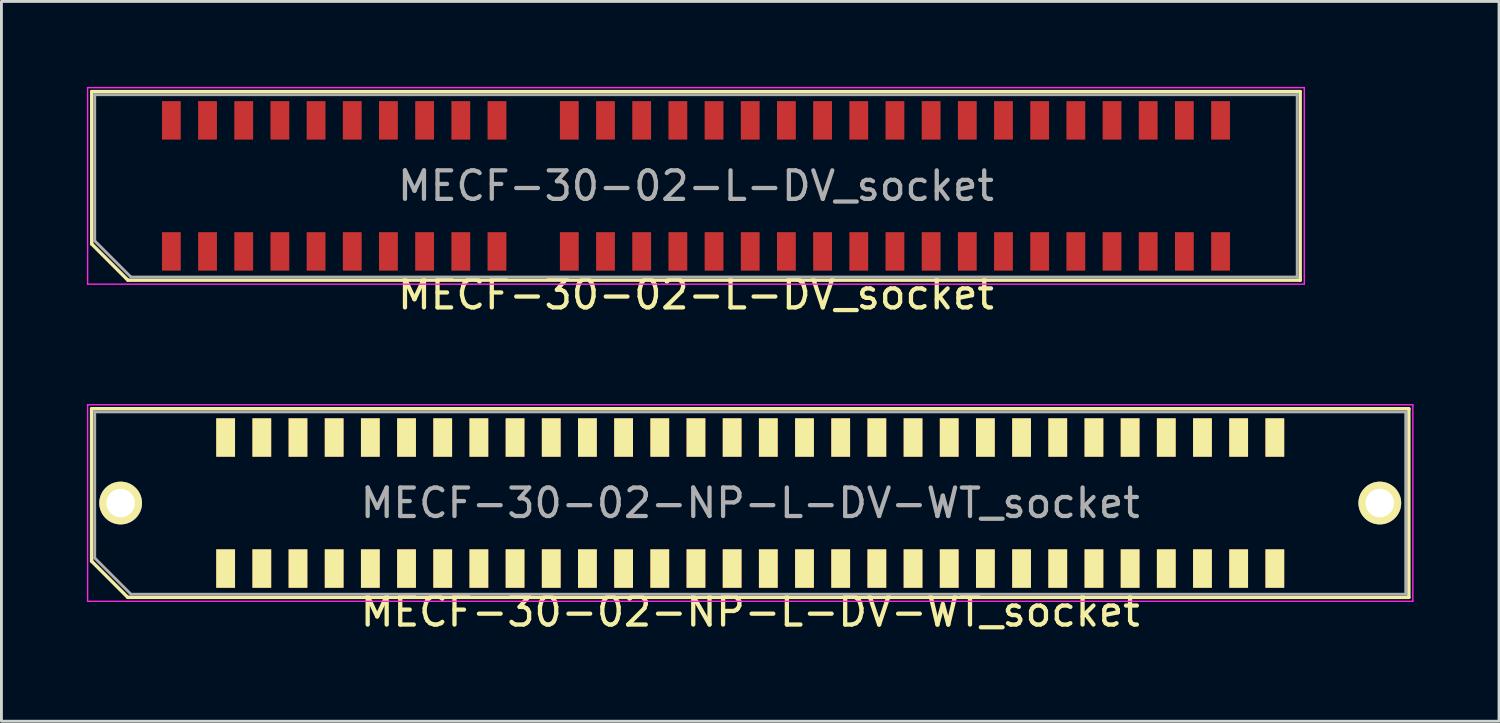
<source format=kicad_pcb>
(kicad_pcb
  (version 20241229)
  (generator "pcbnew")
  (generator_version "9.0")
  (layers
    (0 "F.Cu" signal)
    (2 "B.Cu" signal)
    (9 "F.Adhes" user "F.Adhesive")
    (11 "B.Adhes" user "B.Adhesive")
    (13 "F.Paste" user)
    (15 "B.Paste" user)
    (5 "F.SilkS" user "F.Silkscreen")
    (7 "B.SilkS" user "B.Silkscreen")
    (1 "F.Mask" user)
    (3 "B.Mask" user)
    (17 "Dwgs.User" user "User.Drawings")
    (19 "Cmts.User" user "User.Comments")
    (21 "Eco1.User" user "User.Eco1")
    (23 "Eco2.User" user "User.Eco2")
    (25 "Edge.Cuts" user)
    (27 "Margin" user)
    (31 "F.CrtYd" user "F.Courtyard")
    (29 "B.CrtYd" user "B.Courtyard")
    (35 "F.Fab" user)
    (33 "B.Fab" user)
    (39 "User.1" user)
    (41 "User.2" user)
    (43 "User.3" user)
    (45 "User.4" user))
  (footprint "MECF-30-02-NP-L-DV-WT_socket"
    (layer "F.Cu")
    (at 23.285 14.608)
    (property "Reference" "MECF-30-02-NP-L-DV-WT_socket" (at 0 3.81 0) (layer "F.SilkS") (effects (font (size 1 1) (thickness 0.15))))
    (attr smd)
    (fp_line (start -23.12 -3.31) (end 23.12 -3.31) (stroke (width 0.12) (type solid)) (layer "F.SilkS"))
    (fp_line (start -23.12 2.04) (end -23.12 -3.31) (stroke (width 0.12) (type solid)) (layer "F.SilkS"))
    (fp_line (start -21.85 3.31) (end -23.12 2.04) (stroke (width 0.12) (type solid)) (layer "F.SilkS"))
    (fp_line (start -21.85 3.31) (end 23.12 3.31) (stroke (width 0.12) (type solid)) (layer "F.SilkS"))
    (fp_line (start 23.12 3.31) (end 23.12 -3.31) (stroke (width 0.12) (type solid)) (layer "F.SilkS"))
    (fp_line (start -23.26 -3.45) (end -23.26 3.45) (stroke (width 0.05) (type solid)) (layer "F.CrtYd"))
    (fp_line (start -23.26 3.45) (end 23.26 3.45) (stroke (width 0.05) (type solid)) (layer "F.CrtYd"))
    (fp_line (start 23.26 -3.45) (end -23.26 -3.45) (stroke (width 0.05) (type solid)) (layer "F.CrtYd"))
    (fp_line (start 23.26 3.45) (end 23.26 -3.45) (stroke (width 0.05) (type solid)) (layer "F.CrtYd"))
    (fp_line (start -23.01 -3.2) (end 23.01 -3.2) (stroke (width 0.1) (type solid)) (layer "F.Fab"))
    (fp_line (start -23.01 1.93) (end -23.01 -3.2) (stroke (width 0.1) (type solid)) (layer "F.Fab"))
    (fp_line (start -23.01 1.93) (end -21.74 3.2) (stroke (width 0.1) (type solid)) (layer "F.Fab"))
    (fp_line (start -21.74 3.2) (end 23.01 3.2) (stroke (width 0.1) (type solid)) (layer "F.Fab"))
    (fp_line (start 23.01 3.2) (end 23.01 -3.2) (stroke (width 0.1) (type solid)) (layer "F.Fab"))
    (fp_text user "${REFERENCE}" (at 0 0 0) (layer "F.Fab") (effects (font (size 1 1) (thickness 0.15))))
    (pad "" np_thru_hole circle (at -20.195 0) (size 0.001 0.001) (drill 1.45) (layers "*.Cu" "*.Mask" "F.SilkS"))
    (pad "" np_thru_hole circle (at 20.195 1) (size 0.001 0.001) (drill 1.45) (layers "*.Cu" "*.Mask" "F.SilkS"))
    (pad "1" smd rect (at -18.415 2.3) (size 0.66 1.35) (layers "F.Cu" "F.Mask" "F.SilkS"))
    (pad "2" smd rect (at -18.415 -2.3) (size 0.66 1.35) (layers "F.Cu" "F.Mask" "F.SilkS"))
    (pad "3" smd rect (at -17.145 2.3) (size 0.66 1.35) (layers "F.Cu" "F.Mask" "F.SilkS"))
    (pad "4" smd rect (at -17.145 -2.3) (size 0.66 1.35) (layers "F.Cu" "F.Mask" "F.SilkS"))
    (pad "5" smd rect (at -15.875 2.3) (size 0.66 1.35) (layers "F.Cu" "F.Mask" "F.SilkS"))
    (pad "6" smd rect (at -15.875 -2.3) (size 0.66 1.35) (layers "F.Cu" "F.Mask" "F.SilkS"))
    (pad "7" smd rect (at -14.605 2.3) (size 0.66 1.35) (layers "F.Cu" "F.Mask" "F.SilkS"))
    (pad "8" smd rect (at -14.605 -2.3) (size 0.66 1.35) (layers "F.Cu" "F.Mask" "F.SilkS"))
    (pad "9" smd rect (at -13.335 2.3) (size 0.66 1.35) (layers "F.Cu" "F.Mask" "F.SilkS"))
    (pad "10" smd rect (at -13.335 -2.3) (size 0.66 1.35) (layers "F.Cu" "F.Mask" "F.SilkS"))
    (pad "11" smd rect (at -12.065 2.3) (size 0.66 1.35) (layers "F.Cu" "F.Mask" "F.SilkS"))
    (pad "12" smd rect (at -12.065 -2.3) (size 0.66 1.35) (layers "F.Cu" "F.Mask" "F.SilkS"))
    (pad "13" smd rect (at -10.795 2.3) (size 0.66 1.35) (layers "F.Cu" "F.Mask" "F.SilkS"))
    (pad "14" smd rect (at -10.795 -2.3) (size 0.66 1.35) (layers "F.Cu" "F.Mask" "F.SilkS"))
    (pad "15" smd rect (at -9.525 2.3) (size 0.66 1.35) (layers "F.Cu" "F.Mask" "F.SilkS"))
    (pad "16" smd rect (at -9.525 -2.3) (size 0.66 1.35) (layers "F.Cu" "F.Mask" "F.SilkS"))
    (pad "17" smd rect (at -8.255 2.3) (size 0.66 1.35) (layers "F.Cu" "F.Mask" "F.SilkS"))
    (pad "18" smd rect (at -8.255 -2.3) (size 0.66 1.35) (layers "F.Cu" "F.Mask" "F.SilkS"))
    (pad "19" smd rect (at -6.985 2.3) (size 0.66 1.35) (layers "F.Cu" "F.Mask" "F.SilkS"))
    (pad "20" smd rect (at -6.985 -2.3) (size 0.66 1.35) (layers "F.Cu" "F.Mask" "F.SilkS"))
    (pad "21" smd rect (at -5.715 2.3) (size 0.66 1.35) (layers "F.Cu" "F.Mask" "F.SilkS"))
    (pad "22" smd rect (at -5.715 -2.3) (size 0.66 1.35) (layers "F.Cu" "F.Mask" "F.SilkS"))
    (pad "23" smd rect (at -4.445 2.3) (size 0.66 1.35) (layers "F.Cu" "F.Mask" "F.SilkS"))
    (pad "24" smd rect (at -4.445 -2.3) (size 0.66 1.35) (layers "F.Cu" "F.Mask" "F.SilkS"))
    (pad "25" smd rect (at -3.175 2.3) (size 0.66 1.35) (layers "F.Cu" "F.Mask" "F.SilkS"))
    (pad "26" smd rect (at -3.175 -2.3) (size 0.66 1.35) (layers "F.Cu" "F.Mask" "F.SilkS"))
    (pad "27" smd rect (at -1.905 2.3) (size 0.66 1.35) (layers "F.Cu" "F.Mask" "F.SilkS"))
    (pad "28" smd rect (at -1.905 -2.3) (size 0.66 1.35) (layers "F.Cu" "F.Mask" "F.SilkS"))
    (pad "29" smd rect (at -0.635 2.3) (size 0.66 1.35) (layers "F.Cu" "F.Mask" "F.SilkS"))
    (pad "30" smd rect (at -0.635 -2.3) (size 0.66 1.35) (layers "F.Cu" "F.Mask" "F.SilkS"))
    (pad "31" smd rect (at 0.635 2.3) (size 0.66 1.35) (layers "F.Cu" "F.Mask" "F.SilkS"))
    (pad "32" smd rect (at 0.635 -2.3) (size 0.66 1.35) (layers "F.Cu" "F.Mask" "F.SilkS"))
    (pad "33" smd rect (at 1.905 2.3) (size 0.66 1.35) (layers "F.Cu" "F.Mask" "F.SilkS"))
    (pad "34" smd rect (at 1.905 -2.3) (size 0.66 1.35) (layers "F.Cu" "F.Mask" "F.SilkS"))
    (pad "35" smd rect (at 3.175 2.3) (size 0.66 1.35) (layers "F.Cu" "F.Mask" "F.SilkS"))
    (pad "36" smd rect (at 3.175 -2.3) (size 0.66 1.35) (layers "F.Cu" "F.Mask" "F.SilkS"))
    (pad "37" smd rect (at 4.445 2.3) (size 0.66 1.35) (layers "F.Cu" "F.Mask" "F.SilkS"))
    (pad "38" smd rect (at 4.445 -2.3) (size 0.66 1.35) (layers "F.Cu" "F.Mask" "F.SilkS"))
    (pad "39" smd rect (at 5.715 2.3) (size 0.66 1.35) (layers "F.Cu" "F.Mask" "F.SilkS"))
    (pad "40" smd rect (at 5.715 -2.3) (size 0.66 1.35) (layers "F.Cu" "F.Mask" "F.SilkS"))
    (pad "41" smd rect (at 6.985 2.3) (size 0.66 1.35) (layers "F.Cu" "F.Mask" "F.SilkS"))
    (pad "42" smd rect (at 6.985 -2.3) (size 0.66 1.35) (layers "F.Cu" "F.Mask" "F.SilkS"))
    (pad "43" smd rect (at 8.255 2.3) (size 0.66 1.35) (layers "F.Cu" "F.Mask" "F.SilkS"))
    (pad "44" smd rect (at 8.255 -2.3) (size 0.66 1.35) (layers "F.Cu" "F.Mask" "F.SilkS"))
    (pad "45" smd rect (at 9.525 2.3) (size 0.66 1.35) (layers "F.Cu" "F.Mask" "F.SilkS"))
    (pad "46" smd rect (at 9.525 -2.3) (size 0.66 1.35) (layers "F.Cu" "F.Mask" "F.SilkS"))
    (pad "47" smd rect (at 10.795 2.3) (size 0.66 1.35) (layers "F.Cu" "F.Mask" "F.SilkS"))
    (pad "48" smd rect (at 10.795 -2.3) (size 0.66 1.35) (layers "F.Cu" "F.Mask" "F.SilkS"))
    (pad "49" smd rect (at 12.065 2.3) (size 0.66 1.35) (layers "F.Cu" "F.Mask" "F.SilkS"))
    (pad "50" smd rect (at 12.065 -2.3) (size 0.66 1.35) (layers "F.Cu" "F.Mask" "F.SilkS"))
    (pad "51" smd rect (at 13.335 2.3) (size 0.66 1.35) (layers "F.Cu" "F.Mask" "F.SilkS"))
    (pad "52" smd rect (at 13.335 -2.3) (size 0.66 1.35) (layers "F.Cu" "F.Mask" "F.SilkS"))
    (pad "53" smd rect (at 14.605 2.3) (size 0.66 1.35) (layers "F.Cu" "F.Mask" "F.SilkS"))
    (pad "54" smd rect (at 14.605 -2.3) (size 0.66 1.35) (layers "F.Cu" "F.Mask" "F.SilkS"))
    (pad "55" smd rect (at 15.875 2.3) (size 0.66 1.35) (layers "F.Cu" "F.Mask" "F.SilkS"))
    (pad "56" smd rect (at 15.875 -2.3) (size 0.66 1.35) (layers "F.Cu" "F.Mask" "F.SilkS"))
    (pad "57" smd rect (at 17.145 2.3) (size 0.66 1.35) (layers "F.Cu" "F.Mask" "F.SilkS"))
    (pad "58" smd rect (at 17.145 -2.3) (size 0.66 1.35) (layers "F.Cu" "F.Mask" "F.SilkS"))
    (pad "59" smd rect (at 18.415 2.3) (size 0.66 1.35) (layers "F.Cu" "F.Mask" "F.SilkS"))
    (pad "60" smd rect (at 18.415 -2.3) (size 0.66 1.35) (layers "F.Cu" "F.Mask" "F.SilkS"))
    (pad "None" thru_hole circle (at -22.1 0) (size 1.5 1.5) (drill 1) (layers "*.Cu" "*.Mask" "F.SilkS"))
    (pad "None" thru_hole circle (at 22.1 0) (size 1.5 1.5) (drill 1) (layers "*.Cu" "*.Mask" "F.SilkS")))
  (footprint "MECF-30-02-L-DV_socket"
    (layer "F.Cu")
    (at 21.38 3.475)
    (property "Reference" "MECF-30-02-L-DV_socket" (at 0 3.81 0) (layer "F.SilkS") (effects (font (size 1 1) (thickness 0.15))))
    (attr smd)
    (fp_line (start -21.21 -3.31) (end 21.21 -3.31) (stroke (width 0.12) (type solid)) (layer "F.SilkS"))
    (fp_line (start -21.21 2.04) (end -21.21 -3.31) (stroke (width 0.12) (type solid)) (layer "F.SilkS"))
    (fp_line (start -19.94 3.31) (end -21.21 2.04) (stroke (width 0.12) (type solid)) (layer "F.SilkS"))
    (fp_line (start -19.94 3.31) (end 21.21 3.31) (stroke (width 0.12) (type solid)) (layer "F.SilkS"))
    (fp_line (start 21.21 3.31) (end 21.21 -3.31) (stroke (width 0.12) (type solid)) (layer "F.SilkS"))
    (fp_line (start -21.355 -3.45) (end -21.355 3.45) (stroke (width 0.05) (type solid)) (layer "F.CrtYd"))
    (fp_line (start -21.355 3.45) (end 21.355 3.45) (stroke (width 0.05) (type solid)) (layer "F.CrtYd"))
    (fp_line (start 21.355 -3.45) (end -21.355 -3.45) (stroke (width 0.05) (type solid)) (layer "F.CrtYd"))
    (fp_line (start 21.355 3.45) (end 21.355 -3.45) (stroke (width 0.05) (type solid)) (layer "F.CrtYd"))
    (fp_line (start -21.105 -3.2) (end 21.105 -3.2) (stroke (width 0.1) (type solid)) (layer "F.Fab"))
    (fp_line (start -21.105 1.93) (end -21.105 -3.2) (stroke (width 0.1) (type solid)) (layer "F.Fab"))
    (fp_line (start -21.105 1.93) (end -19.835 3.2) (stroke (width 0.1) (type solid)) (layer "F.Fab"))
    (fp_line (start -19.835 3.2) (end 21.105 3.2) (stroke (width 0.1) (type solid)) (layer "F.Fab"))
    (fp_line (start 21.105 3.2) (end 21.105 -3.2) (stroke (width 0.1) (type solid)) (layer "F.Fab"))
    (fp_text user "${REFERENCE}" (at 0 0 0) (layer "F.Fab") (effects (font (size 1 1) (thickness 0.15))))
    (pad "" np_thru_hole circle (at -20.195 0) (size 0.001 0.001) (drill 1.45) (layers "*.Cu" "*.Mask" "F.SilkS"))
    (pad "" np_thru_hole circle (at 20.195 1) (size 0.001 0.001) (drill 1.45) (layers "*.Cu" "*.Mask" "F.SilkS"))
    (pad "1" smd rect (at -18.415 2.3) (size 0.66 1.35) (layers "F.Cu" "F.Mask" "F.Paste"))
    (pad "2" smd rect (at -18.415 -2.3) (size 0.66 1.35) (layers "F.Cu" "F.Mask" "F.Paste"))
    (pad "3" smd rect (at -17.145 2.3) (size 0.66 1.35) (layers "F.Cu" "F.Mask" "F.Paste"))
    (pad "4" smd rect (at -17.145 -2.3) (size 0.66 1.35) (layers "F.Cu" "F.Mask" "F.Paste"))
    (pad "5" smd rect (at -15.875 2.3) (size 0.66 1.35) (layers "F.Cu" "F.Mask" "F.Paste"))
    (pad "6" smd rect (at -15.875 -2.3) (size 0.66 1.35) (layers "F.Cu" "F.Mask" "F.Paste"))
    (pad "7" smd rect (at -14.605 2.3) (size 0.66 1.35) (layers "F.Cu" "F.Mask" "F.Paste"))
    (pad "8" smd rect (at -14.605 -2.3) (size 0.66 1.35) (layers "F.Cu" "F.Mask" "F.Paste"))
    (pad "9" smd rect (at -13.335 2.3) (size 0.66 1.35) (layers "F.Cu" "F.Mask" "F.Paste"))
    (pad "10" smd rect (at -13.335 -2.3) (size 0.66 1.35) (layers "F.Cu" "F.Mask" "F.Paste"))
    (pad "11" smd rect (at -12.065 2.3) (size 0.66 1.35) (layers "F.Cu" "F.Mask" "F.Paste"))
    (pad "12" smd rect (at -12.065 -2.3) (size 0.66 1.35) (layers "F.Cu" "F.Mask" "F.Paste"))
    (pad "13" smd rect (at -10.795 2.3) (size 0.66 1.35) (layers "F.Cu" "F.Mask" "F.Paste"))
    (pad "14" smd rect (at -10.795 -2.3) (size 0.66 1.35) (layers "F.Cu" "F.Mask" "F.Paste"))
    (pad "15" smd rect (at -9.525 2.3) (size 0.66 1.35) (layers "F.Cu" "F.Mask" "F.Paste"))
    (pad "16" smd rect (at -9.525 -2.3) (size 0.66 1.35) (layers "F.Cu" "F.Mask" "F.Paste"))
    (pad "17" smd rect (at -8.255 2.3) (size 0.66 1.35) (layers "F.Cu" "F.Mask" "F.Paste"))
    (pad "18" smd rect (at -8.255 -2.3) (size 0.66 1.35) (layers "F.Cu" "F.Mask" "F.Paste"))
    (pad "19" smd rect (at -6.985 2.3) (size 0.66 1.35) (layers "F.Cu" "F.Mask" "F.Paste"))
    (pad "20" smd rect (at -6.985 -2.3) (size 0.66 1.35) (layers "F.Cu" "F.Mask" "F.Paste"))
    (pad "23" smd rect (at -4.445 2.3) (size 0.66 1.35) (layers "F.Cu" "F.Mask" "F.Paste"))
    (pad "24" smd rect (at -4.445 -2.3) (size 0.66 1.35) (layers "F.Cu" "F.Mask" "F.Paste"))
    (pad "25" smd rect (at -3.175 2.3) (size 0.66 1.35) (layers "F.Cu" "F.Mask" "F.Paste"))
    (pad "26" smd rect (at -3.175 -2.3) (size 0.66 1.35) (layers "F.Cu" "F.Mask" "F.Paste"))
    (pad "27" smd rect (at -1.905 2.3) (size 0.66 1.35) (layers "F.Cu" "F.Mask" "F.Paste"))
    (pad "28" smd rect (at -1.905 -2.3) (size 0.66 1.35) (layers "F.Cu" "F.Mask" "F.Paste"))
    (pad "29" smd rect (at -0.635 2.3) (size 0.66 1.35) (layers "F.Cu" "F.Mask" "F.Paste"))
    (pad "30" smd rect (at -0.635 -2.3) (size 0.66 1.35) (layers "F.Cu" "F.Mask" "F.Paste"))
    (pad "31" smd rect (at 0.635 2.3) (size 0.66 1.35) (layers "F.Cu" "F.Mask" "F.Paste"))
    (pad "32" smd rect (at 0.635 -2.3) (size 0.66 1.35) (layers "F.Cu" "F.Mask" "F.Paste"))
    (pad "33" smd rect (at 1.905 2.3) (size 0.66 1.35) (layers "F.Cu" "F.Mask" "F.Paste"))
    (pad "34" smd rect (at 1.905 -2.3) (size 0.66 1.35) (layers "F.Cu" "F.Mask" "F.Paste"))
    (pad "35" smd rect (at 3.175 2.3) (size 0.66 1.35) (layers "F.Cu" "F.Mask" "F.Paste"))
    (pad "36" smd rect (at 3.175 -2.3) (size 0.66 1.35) (layers "F.Cu" "F.Mask" "F.Paste"))
    (pad "37" smd rect (at 4.445 2.3) (size 0.66 1.35) (layers "F.Cu" "F.Mask" "F.Paste"))
    (pad "38" smd rect (at 4.445 -2.3) (size 0.66 1.35) (layers "F.Cu" "F.Mask" "F.Paste"))
    (pad "39" smd rect (at 5.715 2.3) (size 0.66 1.35) (layers "F.Cu" "F.Mask" "F.Paste"))
    (pad "40" smd rect (at 5.715 -2.3) (size 0.66 1.35) (layers "F.Cu" "F.Mask" "F.Paste"))
    (pad "41" smd rect (at 6.985 2.3) (size 0.66 1.35) (layers "F.Cu" "F.Mask" "F.Paste"))
    (pad "42" smd rect (at 6.985 -2.3) (size 0.66 1.35) (layers "F.Cu" "F.Mask" "F.Paste"))
    (pad "43" smd rect (at 8.255 2.3) (size 0.66 1.35) (layers "F.Cu" "F.Mask" "F.Paste"))
    (pad "44" smd rect (at 8.255 -2.3) (size 0.66 1.35) (layers "F.Cu" "F.Mask" "F.Paste"))
    (pad "45" smd rect (at 9.525 2.3) (size 0.66 1.35) (layers "F.Cu" "F.Mask" "F.Paste"))
    (pad "46" smd rect (at 9.525 -2.3) (size 0.66 1.35) (layers "F.Cu" "F.Mask" "F.Paste"))
    (pad "47" smd rect (at 10.795 2.3) (size 0.66 1.35) (layers "F.Cu" "F.Mask" "F.Paste"))
    (pad "48" smd rect (at 10.795 -2.3) (size 0.66 1.35) (layers "F.Cu" "F.Mask" "F.Paste"))
    (pad "49" smd rect (at 12.065 2.3) (size 0.66 1.35) (layers "F.Cu" "F.Mask" "F.Paste"))
    (pad "50" smd rect (at 12.065 -2.3) (size 0.66 1.35) (layers "F.Cu" "F.Mask" "F.Paste"))
    (pad "51" smd rect (at 13.335 2.3) (size 0.66 1.35) (layers "F.Cu" "F.Mask" "F.Paste"))
    (pad "52" smd rect (at 13.335 -2.3) (size 0.66 1.35) (layers "F.Cu" "F.Mask" "F.Paste"))
    (pad "53" smd rect (at 14.605 2.3) (size 0.66 1.35) (layers "F.Cu" "F.Mask" "F.Paste"))
    (pad "54" smd rect (at 14.605 -2.3) (size 0.66 1.35) (layers "F.Cu" "F.Mask" "F.Paste"))
    (pad "55" smd rect (at 15.875 2.3) (size 0.66 1.35) (layers "F.Cu" "F.Mask" "F.Paste"))
    (pad "56" smd rect (at 15.875 -2.3) (size 0.66 1.35) (layers "F.Cu" "F.Mask" "F.Paste"))
    (pad "57" smd rect (at 17.145 2.3) (size 0.66 1.35) (layers "F.Cu" "F.Mask" "F.Paste"))
    (pad "58" smd rect (at 17.145 -2.3) (size 0.66 1.35) (layers "F.Cu" "F.Mask" "F.Paste"))
    (pad "59" smd rect (at 18.415 2.3) (size 0.66 1.35) (layers "F.Cu" "F.Mask" "F.Paste"))
    (pad "60" smd rect (at 18.415 -2.3) (size 0.66 1.35) (layers "F.Cu" "F.Mask" "F.Paste")))
  (gr_rect
    (start -3 -3)
    (end 49.57 22.267)
    (stroke (width 0.1) (type default))
    (fill no)
    (layer "Edge.Cuts")))
</source>
